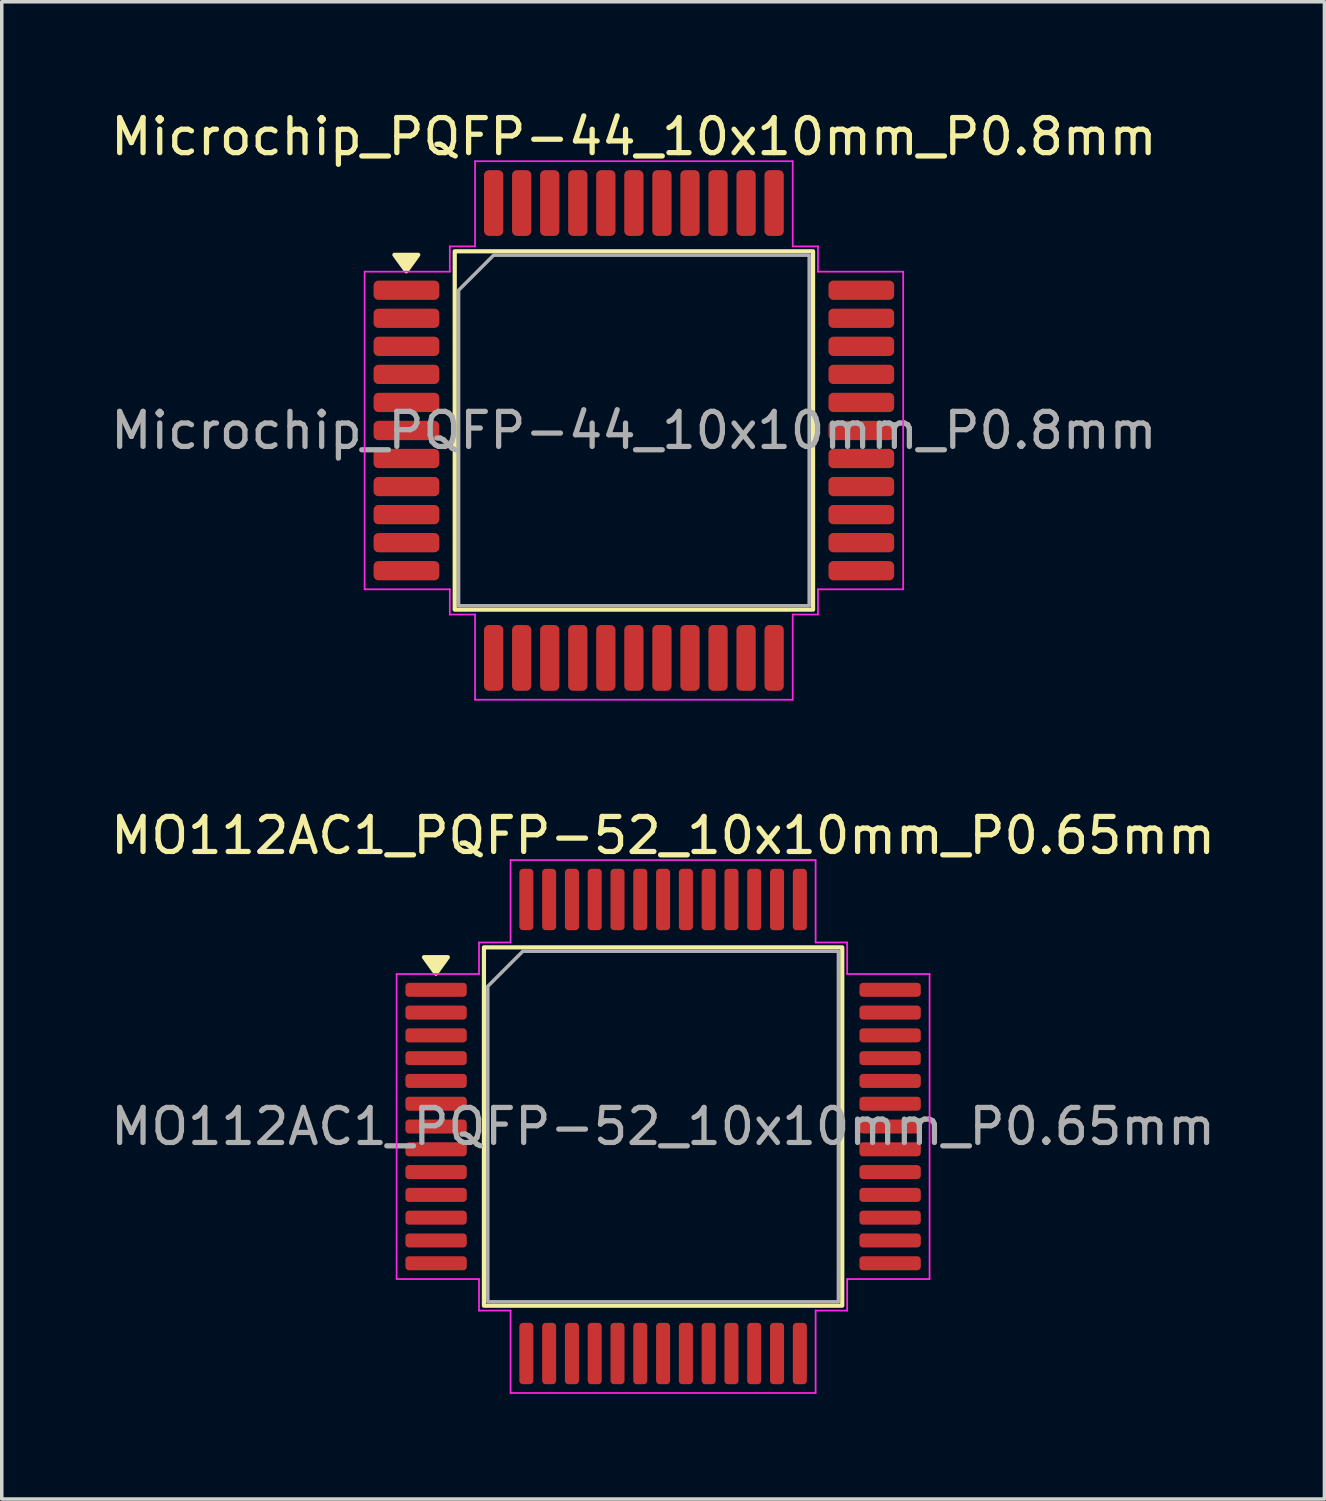
<source format=kicad_pcb>
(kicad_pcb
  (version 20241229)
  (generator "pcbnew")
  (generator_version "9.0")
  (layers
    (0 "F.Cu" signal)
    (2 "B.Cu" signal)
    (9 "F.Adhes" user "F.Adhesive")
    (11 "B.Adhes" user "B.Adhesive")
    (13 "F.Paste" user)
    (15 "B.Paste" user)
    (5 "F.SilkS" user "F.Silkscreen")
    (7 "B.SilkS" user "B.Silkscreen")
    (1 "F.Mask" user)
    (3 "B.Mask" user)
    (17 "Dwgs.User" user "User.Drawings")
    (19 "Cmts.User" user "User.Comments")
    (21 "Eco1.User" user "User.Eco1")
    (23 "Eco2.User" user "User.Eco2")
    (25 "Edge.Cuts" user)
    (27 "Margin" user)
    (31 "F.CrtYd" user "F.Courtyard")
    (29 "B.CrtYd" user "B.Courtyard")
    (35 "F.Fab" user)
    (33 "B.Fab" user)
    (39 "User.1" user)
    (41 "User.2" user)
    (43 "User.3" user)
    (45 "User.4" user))
  (footprint "Microchip_PQFP-44_10x10mm_P0.8mm"
    (layer "F.Cu")
    (at 15.03 9.228)
    (property "Reference" "Microchip_PQFP-44_10x10mm_P0.8mm" (at 0 -8.38 0) (layer "F.SilkS") (effects (font (size 1 1) (thickness 0.15))))
    (attr smd)
    (fp_rect (start -5.11 -5.11) (end 5.11 5.11) (stroke (width 0.12) (type solid)) (fill no) (layer "F.SilkS"))
    (fp_poly (pts (xy -6.49 -4.54) (xy -6.83 -5.01) (xy -6.15 -5.01)) (stroke (width 0.12) (type solid)) (fill yes) (layer "F.SilkS"))
    (fp_line (start -7.68 -4.53) (end -5.25 -4.53) (stroke (width 0.05) (type solid)) (layer "F.CrtYd"))
    (fp_line (start -7.68 4.53) (end -7.68 -4.53) (stroke (width 0.05) (type solid)) (layer "F.CrtYd"))
    (fp_line (start -5.25 -5.25) (end -4.53 -5.25) (stroke (width 0.05) (type solid)) (layer "F.CrtYd"))
    (fp_line (start -5.25 -4.53) (end -5.25 -5.25) (stroke (width 0.05) (type solid)) (layer "F.CrtYd"))
    (fp_line (start -5.25 4.53) (end -7.68 4.53) (stroke (width 0.05) (type solid)) (layer "F.CrtYd"))
    (fp_line (start -5.25 5.25) (end -5.25 4.53) (stroke (width 0.05) (type solid)) (layer "F.CrtYd"))
    (fp_line (start -4.53 -7.68) (end 4.53 -7.68) (stroke (width 0.05) (type solid)) (layer "F.CrtYd"))
    (fp_line (start -4.53 -5.25) (end -4.53 -7.68) (stroke (width 0.05) (type solid)) (layer "F.CrtYd"))
    (fp_line (start -4.53 5.25) (end -5.25 5.25) (stroke (width 0.05) (type solid)) (layer "F.CrtYd"))
    (fp_line (start -4.53 7.68) (end -4.53 5.25) (stroke (width 0.05) (type solid)) (layer "F.CrtYd"))
    (fp_line (start 4.53 -7.68) (end 4.53 -5.25) (stroke (width 0.05) (type solid)) (layer "F.CrtYd"))
    (fp_line (start 4.53 -5.25) (end 5.25 -5.25) (stroke (width 0.05) (type solid)) (layer "F.CrtYd"))
    (fp_line (start 4.53 5.25) (end 4.53 7.68) (stroke (width 0.05) (type solid)) (layer "F.CrtYd"))
    (fp_line (start 4.53 7.68) (end -4.53 7.68) (stroke (width 0.05) (type solid)) (layer "F.CrtYd"))
    (fp_line (start 5.25 -5.25) (end 5.25 -4.53) (stroke (width 0.05) (type solid)) (layer "F.CrtYd"))
    (fp_line (start 5.25 -4.53) (end 7.68 -4.53) (stroke (width 0.05) (type solid)) (layer "F.CrtYd"))
    (fp_line (start 5.25 4.53) (end 5.25 5.25) (stroke (width 0.05) (type solid)) (layer "F.CrtYd"))
    (fp_line (start 5.25 5.25) (end 4.53 5.25) (stroke (width 0.05) (type solid)) (layer "F.CrtYd"))
    (fp_line (start 7.68 -4.53) (end 7.68 4.53) (stroke (width 0.05) (type solid)) (layer "F.CrtYd"))
    (fp_line (start 7.68 4.53) (end 5.25 4.53) (stroke (width 0.05) (type solid)) (layer "F.CrtYd"))
    (fp_poly (pts (xy -5 -4) (xy -5 5) (xy 5 5) (xy 5 -5) (xy -4 -5)) (stroke (width 0.1) (type solid)) (fill no) (layer "F.Fab"))
    (fp_text user "${REFERENCE}" (at 0 0 0) (layer "F.Fab") (effects (font (size 1 1) (thickness 0.15))))
    (pad "1" smd roundrect (at -6.487 -4) (size 1.875 0.55) (layers "F.Cu" "F.Mask" "F.Paste") (roundrect_rratio 0.25))
    (pad "2" smd roundrect (at -6.487 -3.2) (size 1.875 0.55) (layers "F.Cu" "F.Mask" "F.Paste") (roundrect_rratio 0.25))
    (pad "3" smd roundrect (at -6.487 -2.4) (size 1.875 0.55) (layers "F.Cu" "F.Mask" "F.Paste") (roundrect_rratio 0.25))
    (pad "4" smd roundrect (at -6.487 -1.6) (size 1.875 0.55) (layers "F.Cu" "F.Mask" "F.Paste") (roundrect_rratio 0.25))
    (pad "5" smd roundrect (at -6.487 -0.8) (size 1.875 0.55) (layers "F.Cu" "F.Mask" "F.Paste") (roundrect_rratio 0.25))
    (pad "6" smd roundrect (at -6.487 0) (size 1.875 0.55) (layers "F.Cu" "F.Mask" "F.Paste") (roundrect_rratio 0.25))
    (pad "7" smd roundrect (at -6.487 0.8) (size 1.875 0.55) (layers "F.Cu" "F.Mask" "F.Paste") (roundrect_rratio 0.25))
    (pad "8" smd roundrect (at -6.487 1.6) (size 1.875 0.55) (layers "F.Cu" "F.Mask" "F.Paste") (roundrect_rratio 0.25))
    (pad "9" smd roundrect (at -6.487 2.4) (size 1.875 0.55) (layers "F.Cu" "F.Mask" "F.Paste") (roundrect_rratio 0.25))
    (pad "10" smd roundrect (at -6.487 3.2) (size 1.875 0.55) (layers "F.Cu" "F.Mask" "F.Paste") (roundrect_rratio 0.25))
    (pad "11" smd roundrect (at -6.487 4) (size 1.875 0.55) (layers "F.Cu" "F.Mask" "F.Paste") (roundrect_rratio 0.25))
    (pad "12" smd roundrect (at -4 6.487) (size 0.55 1.875) (layers "F.Cu" "F.Mask" "F.Paste") (roundrect_rratio 0.25))
    (pad "13" smd roundrect (at -3.2 6.487) (size 0.55 1.875) (layers "F.Cu" "F.Mask" "F.Paste") (roundrect_rratio 0.25))
    (pad "14" smd roundrect (at -2.4 6.487) (size 0.55 1.875) (layers "F.Cu" "F.Mask" "F.Paste") (roundrect_rratio 0.25))
    (pad "15" smd roundrect (at -1.6 6.487) (size 0.55 1.875) (layers "F.Cu" "F.Mask" "F.Paste") (roundrect_rratio 0.25))
    (pad "16" smd roundrect (at -0.8 6.487) (size 0.55 1.875) (layers "F.Cu" "F.Mask" "F.Paste") (roundrect_rratio 0.25))
    (pad "17" smd roundrect (at 0 6.487) (size 0.55 1.875) (layers "F.Cu" "F.Mask" "F.Paste") (roundrect_rratio 0.25))
    (pad "18" smd roundrect (at 0.8 6.487) (size 0.55 1.875) (layers "F.Cu" "F.Mask" "F.Paste") (roundrect_rratio 0.25))
    (pad "19" smd roundrect (at 1.6 6.487) (size 0.55 1.875) (layers "F.Cu" "F.Mask" "F.Paste") (roundrect_rratio 0.25))
    (pad "20" smd roundrect (at 2.4 6.487) (size 0.55 1.875) (layers "F.Cu" "F.Mask" "F.Paste") (roundrect_rratio 0.25))
    (pad "21" smd roundrect (at 3.2 6.487) (size 0.55 1.875) (layers "F.Cu" "F.Mask" "F.Paste") (roundrect_rratio 0.25))
    (pad "22" smd roundrect (at 4 6.487) (size 0.55 1.875) (layers "F.Cu" "F.Mask" "F.Paste") (roundrect_rratio 0.25))
    (pad "23" smd roundrect (at 6.487 4) (size 1.875 0.55) (layers "F.Cu" "F.Mask" "F.Paste") (roundrect_rratio 0.25))
    (pad "24" smd roundrect (at 6.487 3.2) (size 1.875 0.55) (layers "F.Cu" "F.Mask" "F.Paste") (roundrect_rratio 0.25))
    (pad "25" smd roundrect (at 6.487 2.4) (size 1.875 0.55) (layers "F.Cu" "F.Mask" "F.Paste") (roundrect_rratio 0.25))
    (pad "26" smd roundrect (at 6.487 1.6) (size 1.875 0.55) (layers "F.Cu" "F.Mask" "F.Paste") (roundrect_rratio 0.25))
    (pad "27" smd roundrect (at 6.487 0.8) (size 1.875 0.55) (layers "F.Cu" "F.Mask" "F.Paste") (roundrect_rratio 0.25))
    (pad "28" smd roundrect (at 6.487 0) (size 1.875 0.55) (layers "F.Cu" "F.Mask" "F.Paste") (roundrect_rratio 0.25))
    (pad "29" smd roundrect (at 6.487 -0.8) (size 1.875 0.55) (layers "F.Cu" "F.Mask" "F.Paste") (roundrect_rratio 0.25))
    (pad "30" smd roundrect (at 6.487 -1.6) (size 1.875 0.55) (layers "F.Cu" "F.Mask" "F.Paste") (roundrect_rratio 0.25))
    (pad "31" smd roundrect (at 6.487 -2.4) (size 1.875 0.55) (layers "F.Cu" "F.Mask" "F.Paste") (roundrect_rratio 0.25))
    (pad "32" smd roundrect (at 6.487 -3.2) (size 1.875 0.55) (layers "F.Cu" "F.Mask" "F.Paste") (roundrect_rratio 0.25))
    (pad "33" smd roundrect (at 6.487 -4) (size 1.875 0.55) (layers "F.Cu" "F.Mask" "F.Paste") (roundrect_rratio 0.25))
    (pad "34" smd roundrect (at 4 -6.487) (size 0.55 1.875) (layers "F.Cu" "F.Mask" "F.Paste") (roundrect_rratio 0.25))
    (pad "35" smd roundrect (at 3.2 -6.487) (size 0.55 1.875) (layers "F.Cu" "F.Mask" "F.Paste") (roundrect_rratio 0.25))
    (pad "36" smd roundrect (at 2.4 -6.487) (size 0.55 1.875) (layers "F.Cu" "F.Mask" "F.Paste") (roundrect_rratio 0.25))
    (pad "37" smd roundrect (at 1.6 -6.487) (size 0.55 1.875) (layers "F.Cu" "F.Mask" "F.Paste") (roundrect_rratio 0.25))
    (pad "38" smd roundrect (at 0.8 -6.487) (size 0.55 1.875) (layers "F.Cu" "F.Mask" "F.Paste") (roundrect_rratio 0.25))
    (pad "39" smd roundrect (at 0 -6.487) (size 0.55 1.875) (layers "F.Cu" "F.Mask" "F.Paste") (roundrect_rratio 0.25))
    (pad "40" smd roundrect (at -0.8 -6.487) (size 0.55 1.875) (layers "F.Cu" "F.Mask" "F.Paste") (roundrect_rratio 0.25))
    (pad "41" smd roundrect (at -1.6 -6.487) (size 0.55 1.875) (layers "F.Cu" "F.Mask" "F.Paste") (roundrect_rratio 0.25))
    (pad "42" smd roundrect (at -2.4 -6.487) (size 0.55 1.875) (layers "F.Cu" "F.Mask" "F.Paste") (roundrect_rratio 0.25))
    (pad "43" smd roundrect (at -3.2 -6.487) (size 0.55 1.875) (layers "F.Cu" "F.Mask" "F.Paste") (roundrect_rratio 0.25))
    (pad "44" smd roundrect (at -4 -6.487) (size 0.55 1.875) (layers "F.Cu" "F.Mask" "F.Paste") (roundrect_rratio 0.25)))
  (footprint "MO112AC1_PQFP-52_10x10mm_P0.65mm"
    (layer "F.Cu")
    (at 15.863 29.081)
    (property "Reference" "MO112AC1_PQFP-52_10x10mm_P0.65mm" (at 0 -8.3 0) (layer "F.SilkS") (effects (font (size 1 1) (thickness 0.15))))
    (attr smd)
    (fp_rect (start -5.11 -5.11) (end 5.11 5.11) (stroke (width 0.12) (type solid)) (fill no) (layer "F.SilkS"))
    (fp_poly (pts (xy -6.48 -4.36) (xy -6.82 -4.83) (xy -6.14 -4.83)) (stroke (width 0.12) (type solid)) (fill yes) (layer "F.SilkS"))
    (fp_line (start -7.6 -4.35) (end -5.25 -4.35) (stroke (width 0.05) (type solid)) (layer "F.CrtYd"))
    (fp_line (start -7.6 4.35) (end -7.6 -4.35) (stroke (width 0.05) (type solid)) (layer "F.CrtYd"))
    (fp_line (start -5.25 -5.25) (end -4.35 -5.25) (stroke (width 0.05) (type solid)) (layer "F.CrtYd"))
    (fp_line (start -5.25 -4.35) (end -5.25 -5.25) (stroke (width 0.05) (type solid)) (layer "F.CrtYd"))
    (fp_line (start -5.25 4.35) (end -7.6 4.35) (stroke (width 0.05) (type solid)) (layer "F.CrtYd"))
    (fp_line (start -5.25 5.25) (end -5.25 4.35) (stroke (width 0.05) (type solid)) (layer "F.CrtYd"))
    (fp_line (start -4.35 -7.6) (end 4.35 -7.6) (stroke (width 0.05) (type solid)) (layer "F.CrtYd"))
    (fp_line (start -4.35 -5.25) (end -4.35 -7.6) (stroke (width 0.05) (type solid)) (layer "F.CrtYd"))
    (fp_line (start -4.35 5.25) (end -5.25 5.25) (stroke (width 0.05) (type solid)) (layer "F.CrtYd"))
    (fp_line (start -4.35 7.6) (end -4.35 5.25) (stroke (width 0.05) (type solid)) (layer "F.CrtYd"))
    (fp_line (start 4.35 -7.6) (end 4.35 -5.25) (stroke (width 0.05) (type solid)) (layer "F.CrtYd"))
    (fp_line (start 4.35 -5.25) (end 5.25 -5.25) (stroke (width 0.05) (type solid)) (layer "F.CrtYd"))
    (fp_line (start 4.35 5.25) (end 4.35 7.6) (stroke (width 0.05) (type solid)) (layer "F.CrtYd"))
    (fp_line (start 4.35 7.6) (end -4.35 7.6) (stroke (width 0.05) (type solid)) (layer "F.CrtYd"))
    (fp_line (start 5.25 -5.25) (end 5.25 -4.35) (stroke (width 0.05) (type solid)) (layer "F.CrtYd"))
    (fp_line (start 5.25 -4.35) (end 7.6 -4.35) (stroke (width 0.05) (type solid)) (layer "F.CrtYd"))
    (fp_line (start 5.25 4.35) (end 5.25 5.25) (stroke (width 0.05) (type solid)) (layer "F.CrtYd"))
    (fp_line (start 5.25 5.25) (end 4.35 5.25) (stroke (width 0.05) (type solid)) (layer "F.CrtYd"))
    (fp_line (start 7.6 -4.35) (end 7.6 4.35) (stroke (width 0.05) (type solid)) (layer "F.CrtYd"))
    (fp_line (start 7.6 4.35) (end 5.25 4.35) (stroke (width 0.05) (type solid)) (layer "F.CrtYd"))
    (fp_poly (pts (xy -5 -4) (xy -5 5) (xy 5 5) (xy 5 -5) (xy -4 -5)) (stroke (width 0.1) (type solid)) (fill no) (layer "F.Fab"))
    (fp_text user "${REFERENCE}" (at 0 0 0) (layer "F.Fab") (effects (font (size 1 1) (thickness 0.15))))
    (pad "1" smd roundrect (at -6.475 -3.9) (size 1.75 0.4) (layers "F.Cu" "F.Mask" "F.Paste") (roundrect_rratio 0.25))
    (pad "2" smd roundrect (at -6.475 -3.25) (size 1.75 0.4) (layers "F.Cu" "F.Mask" "F.Paste") (roundrect_rratio 0.25))
    (pad "3" smd roundrect (at -6.475 -2.6) (size 1.75 0.4) (layers "F.Cu" "F.Mask" "F.Paste") (roundrect_rratio 0.25))
    (pad "4" smd roundrect (at -6.475 -1.95) (size 1.75 0.4) (layers "F.Cu" "F.Mask" "F.Paste") (roundrect_rratio 0.25))
    (pad "5" smd roundrect (at -6.475 -1.3) (size 1.75 0.4) (layers "F.Cu" "F.Mask" "F.Paste") (roundrect_rratio 0.25))
    (pad "6" smd roundrect (at -6.475 -0.65) (size 1.75 0.4) (layers "F.Cu" "F.Mask" "F.Paste") (roundrect_rratio 0.25))
    (pad "7" smd roundrect (at -6.475 0) (size 1.75 0.4) (layers "F.Cu" "F.Mask" "F.Paste") (roundrect_rratio 0.25))
    (pad "8" smd roundrect (at -6.475 0.65) (size 1.75 0.4) (layers "F.Cu" "F.Mask" "F.Paste") (roundrect_rratio 0.25))
    (pad "9" smd roundrect (at -6.475 1.3) (size 1.75 0.4) (layers "F.Cu" "F.Mask" "F.Paste") (roundrect_rratio 0.25))
    (pad "10" smd roundrect (at -6.475 1.95) (size 1.75 0.4) (layers "F.Cu" "F.Mask" "F.Paste") (roundrect_rratio 0.25))
    (pad "11" smd roundrect (at -6.475 2.6) (size 1.75 0.4) (layers "F.Cu" "F.Mask" "F.Paste") (roundrect_rratio 0.25))
    (pad "12" smd roundrect (at -6.475 3.25) (size 1.75 0.4) (layers "F.Cu" "F.Mask" "F.Paste") (roundrect_rratio 0.25))
    (pad "13" smd roundrect (at -6.475 3.9) (size 1.75 0.4) (layers "F.Cu" "F.Mask" "F.Paste") (roundrect_rratio 0.25))
    (pad "14" smd roundrect (at -3.9 6.475) (size 0.4 1.75) (layers "F.Cu" "F.Mask" "F.Paste") (roundrect_rratio 0.25))
    (pad "15" smd roundrect (at -3.25 6.475) (size 0.4 1.75) (layers "F.Cu" "F.Mask" "F.Paste") (roundrect_rratio 0.25))
    (pad "16" smd roundrect (at -2.6 6.475) (size 0.4 1.75) (layers "F.Cu" "F.Mask" "F.Paste") (roundrect_rratio 0.25))
    (pad "17" smd roundrect (at -1.95 6.475) (size 0.4 1.75) (layers "F.Cu" "F.Mask" "F.Paste") (roundrect_rratio 0.25))
    (pad "18" smd roundrect (at -1.3 6.475) (size 0.4 1.75) (layers "F.Cu" "F.Mask" "F.Paste") (roundrect_rratio 0.25))
    (pad "19" smd roundrect (at -0.65 6.475) (size 0.4 1.75) (layers "F.Cu" "F.Mask" "F.Paste") (roundrect_rratio 0.25))
    (pad "20" smd roundrect (at 0 6.475) (size 0.4 1.75) (layers "F.Cu" "F.Mask" "F.Paste") (roundrect_rratio 0.25))
    (pad "21" smd roundrect (at 0.65 6.475) (size 0.4 1.75) (layers "F.Cu" "F.Mask" "F.Paste") (roundrect_rratio 0.25))
    (pad "22" smd roundrect (at 1.3 6.475) (size 0.4 1.75) (layers "F.Cu" "F.Mask" "F.Paste") (roundrect_rratio 0.25))
    (pad "23" smd roundrect (at 1.95 6.475) (size 0.4 1.75) (layers "F.Cu" "F.Mask" "F.Paste") (roundrect_rratio 0.25))
    (pad "24" smd roundrect (at 2.6 6.475) (size 0.4 1.75) (layers "F.Cu" "F.Mask" "F.Paste") (roundrect_rratio 0.25))
    (pad "25" smd roundrect (at 3.25 6.475) (size 0.4 1.75) (layers "F.Cu" "F.Mask" "F.Paste") (roundrect_rratio 0.25))
    (pad "26" smd roundrect (at 3.9 6.475) (size 0.4 1.75) (layers "F.Cu" "F.Mask" "F.Paste") (roundrect_rratio 0.25))
    (pad "27" smd roundrect (at 6.475 3.9) (size 1.75 0.4) (layers "F.Cu" "F.Mask" "F.Paste") (roundrect_rratio 0.25))
    (pad "28" smd roundrect (at 6.475 3.25) (size 1.75 0.4) (layers "F.Cu" "F.Mask" "F.Paste") (roundrect_rratio 0.25))
    (pad "29" smd roundrect (at 6.475 2.6) (size 1.75 0.4) (layers "F.Cu" "F.Mask" "F.Paste") (roundrect_rratio 0.25))
    (pad "30" smd roundrect (at 6.475 1.95) (size 1.75 0.4) (layers "F.Cu" "F.Mask" "F.Paste") (roundrect_rratio 0.25))
    (pad "31" smd roundrect (at 6.475 1.3) (size 1.75 0.4) (layers "F.Cu" "F.Mask" "F.Paste") (roundrect_rratio 0.25))
    (pad "32" smd roundrect (at 6.475 0.65) (size 1.75 0.4) (layers "F.Cu" "F.Mask" "F.Paste") (roundrect_rratio 0.25))
    (pad "33" smd roundrect (at 6.475 0) (size 1.75 0.4) (layers "F.Cu" "F.Mask" "F.Paste") (roundrect_rratio 0.25))
    (pad "34" smd roundrect (at 6.475 -0.65) (size 1.75 0.4) (layers "F.Cu" "F.Mask" "F.Paste") (roundrect_rratio 0.25))
    (pad "35" smd roundrect (at 6.475 -1.3) (size 1.75 0.4) (layers "F.Cu" "F.Mask" "F.Paste") (roundrect_rratio 0.25))
    (pad "36" smd roundrect (at 6.475 -1.95) (size 1.75 0.4) (layers "F.Cu" "F.Mask" "F.Paste") (roundrect_rratio 0.25))
    (pad "37" smd roundrect (at 6.475 -2.6) (size 1.75 0.4) (layers "F.Cu" "F.Mask" "F.Paste") (roundrect_rratio 0.25))
    (pad "38" smd roundrect (at 6.475 -3.25) (size 1.75 0.4) (layers "F.Cu" "F.Mask" "F.Paste") (roundrect_rratio 0.25))
    (pad "39" smd roundrect (at 6.475 -3.9) (size 1.75 0.4) (layers "F.Cu" "F.Mask" "F.Paste") (roundrect_rratio 0.25))
    (pad "40" smd roundrect (at 3.9 -6.475) (size 0.4 1.75) (layers "F.Cu" "F.Mask" "F.Paste") (roundrect_rratio 0.25))
    (pad "41" smd roundrect (at 3.25 -6.475) (size 0.4 1.75) (layers "F.Cu" "F.Mask" "F.Paste") (roundrect_rratio 0.25))
    (pad "42" smd roundrect (at 2.6 -6.475) (size 0.4 1.75) (layers "F.Cu" "F.Mask" "F.Paste") (roundrect_rratio 0.25))
    (pad "43" smd roundrect (at 1.95 -6.475) (size 0.4 1.75) (layers "F.Cu" "F.Mask" "F.Paste") (roundrect_rratio 0.25))
    (pad "44" smd roundrect (at 1.3 -6.475) (size 0.4 1.75) (layers "F.Cu" "F.Mask" "F.Paste") (roundrect_rratio 0.25))
    (pad "45" smd roundrect (at 0.65 -6.475) (size 0.4 1.75) (layers "F.Cu" "F.Mask" "F.Paste") (roundrect_rratio 0.25))
    (pad "46" smd roundrect (at 0 -6.475) (size 0.4 1.75) (layers "F.Cu" "F.Mask" "F.Paste") (roundrect_rratio 0.25))
    (pad "47" smd roundrect (at -0.65 -6.475) (size 0.4 1.75) (layers "F.Cu" "F.Mask" "F.Paste") (roundrect_rratio 0.25))
    (pad "48" smd roundrect (at -1.3 -6.475) (size 0.4 1.75) (layers "F.Cu" "F.Mask" "F.Paste") (roundrect_rratio 0.25))
    (pad "49" smd roundrect (at -1.95 -6.475) (size 0.4 1.75) (layers "F.Cu" "F.Mask" "F.Paste") (roundrect_rratio 0.25))
    (pad "50" smd roundrect (at -2.6 -6.475) (size 0.4 1.75) (layers "F.Cu" "F.Mask" "F.Paste") (roundrect_rratio 0.25))
    (pad "51" smd roundrect (at -3.25 -6.475) (size 0.4 1.75) (layers "F.Cu" "F.Mask" "F.Paste") (roundrect_rratio 0.25))
    (pad "52" smd roundrect (at -3.9 -6.475) (size 0.4 1.75) (layers "F.Cu" "F.Mask" "F.Paste") (roundrect_rratio 0.25)))
  (gr_rect
    (start -3 -3)
    (end 34.726 39.706)
    (stroke (width 0.1) (type default))
    (fill no)
    (layer "Edge.Cuts")))
</source>
